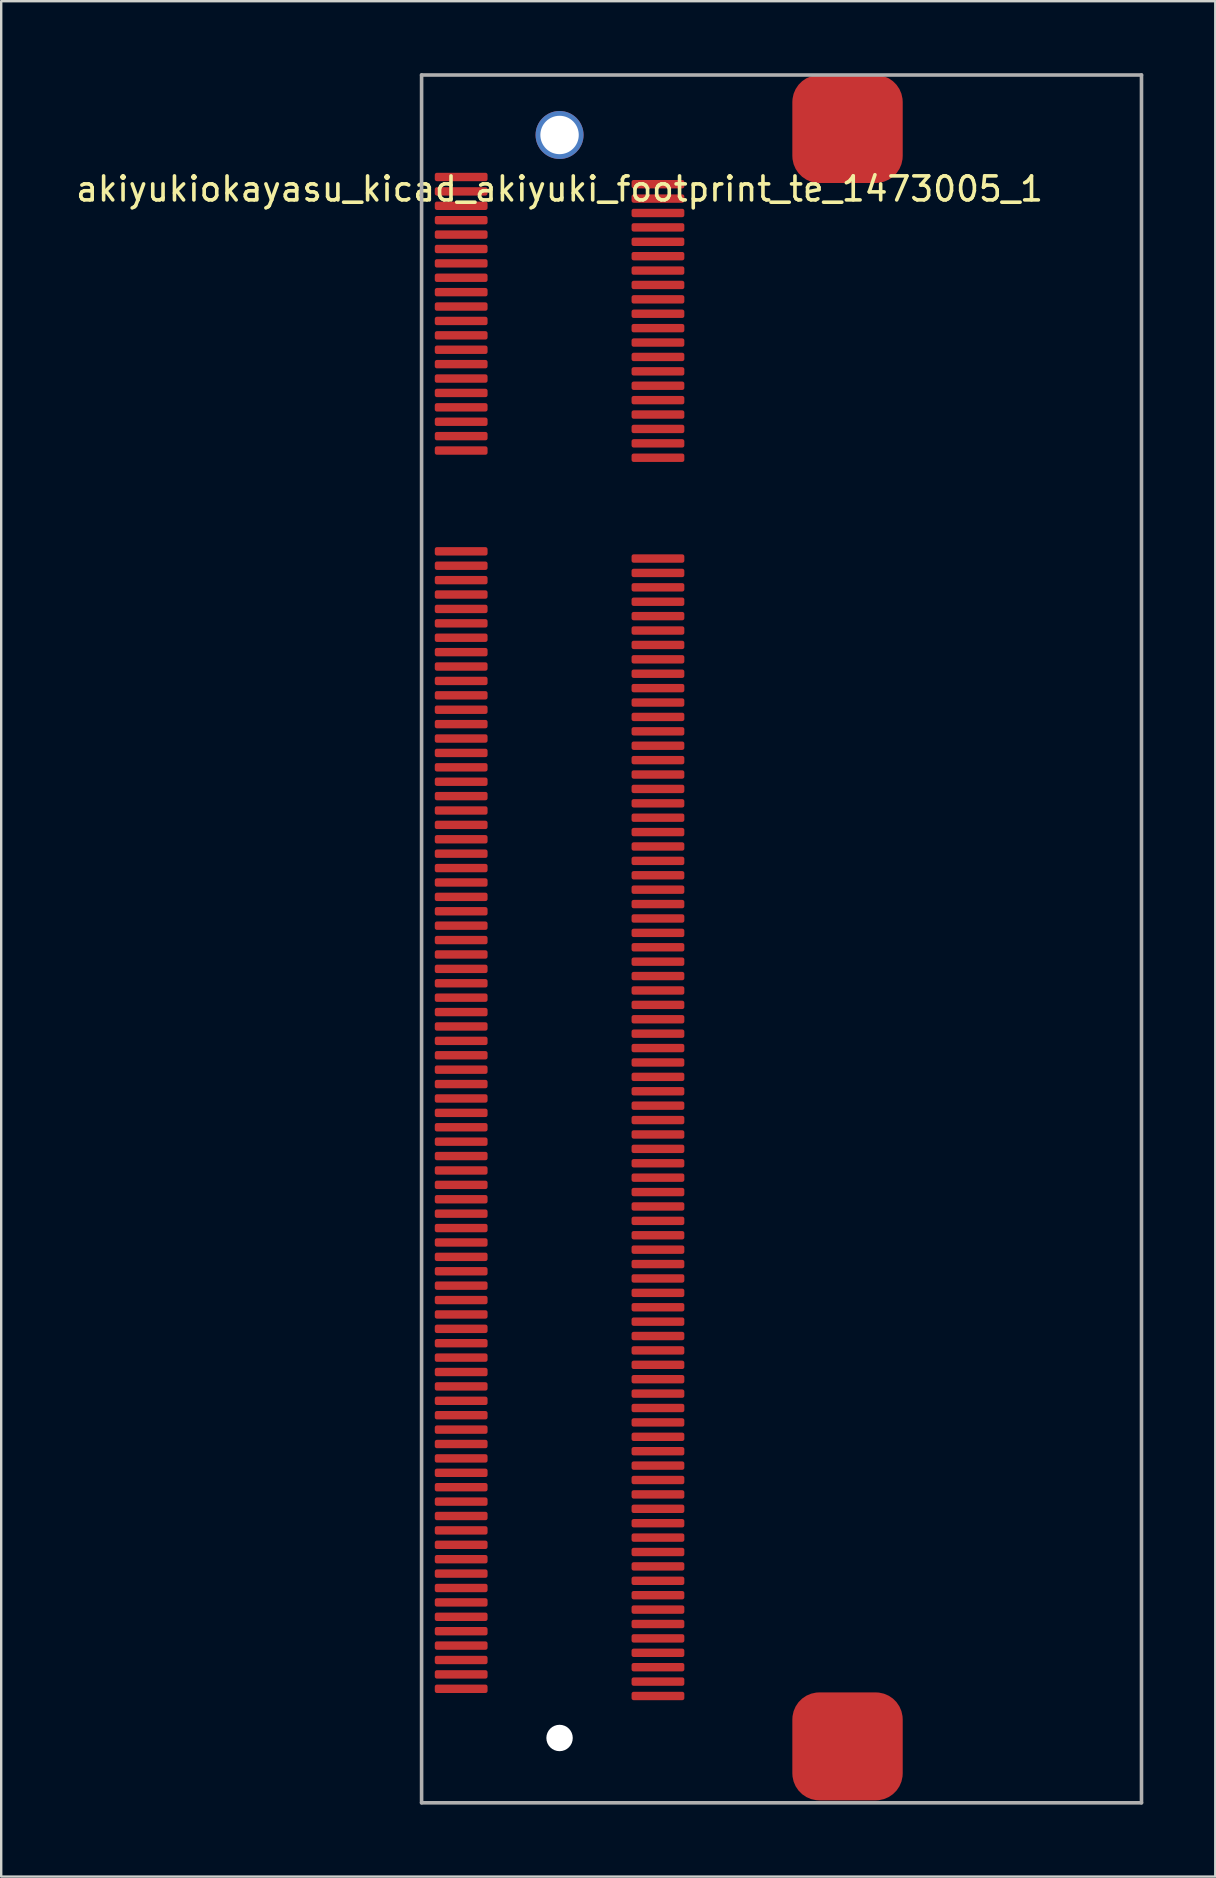
<source format=kicad_pcb>
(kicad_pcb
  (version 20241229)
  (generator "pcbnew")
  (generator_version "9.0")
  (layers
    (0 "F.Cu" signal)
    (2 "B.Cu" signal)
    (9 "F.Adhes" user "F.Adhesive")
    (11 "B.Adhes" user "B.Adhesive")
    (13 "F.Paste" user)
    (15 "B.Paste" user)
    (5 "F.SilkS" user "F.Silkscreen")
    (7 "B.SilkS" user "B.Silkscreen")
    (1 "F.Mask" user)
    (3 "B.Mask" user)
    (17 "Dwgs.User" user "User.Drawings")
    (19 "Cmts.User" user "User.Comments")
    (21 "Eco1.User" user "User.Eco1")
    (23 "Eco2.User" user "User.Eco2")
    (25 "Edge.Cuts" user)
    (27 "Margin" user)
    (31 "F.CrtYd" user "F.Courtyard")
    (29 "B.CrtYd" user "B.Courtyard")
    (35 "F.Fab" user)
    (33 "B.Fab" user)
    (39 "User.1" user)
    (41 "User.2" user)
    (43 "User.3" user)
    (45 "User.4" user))
  (footprint "akiyukiokayasu_kicad_akiyuki_footprint_te_1473005_1"
    (layer "F.Cu")
    (at 20.268 4.325)
    (property "Reference" "akiyukiokayasu_kicad_akiyuki_footprint_te_1473005_1" (at 0 0.5 0) (layer "F.SilkS") (effects (font (size 1 1) (thickness 0.15))))
    (attr through_hole)
    (fp_line (start -5.75 -4.25) (end 24.25 -4.25) (stroke (width 0.15) (type solid)) (layer "F.Fab"))
    (fp_line (start -5.75 67.75) (end -5.75 -4.25) (stroke (width 0.15) (type solid)) (layer "F.Fab"))
    (fp_line (start 24.25 -4.25) (end 24.25 67.75) (stroke (width 0.15) (type solid)) (layer "F.Fab"))
    (fp_line (start 24.25 67.75) (end -5.75 67.75) (stroke (width 0.15) (type solid)) (layer "F.Fab"))
    (pad "" np_thru_hole circle (at 0 -1.75) (size 2 2) (drill 1.6) (layers "*.Cu" "*.Mask"))
    (pad "" np_thru_hole circle (at 0 65.05) (size 1.1 1.1) (drill 1.1) (layers "*.Cu" "*.Mask"))
    (pad "" connect roundrect (at 12 -2) (size 4.6 4.5) (layers "F.Cu" "F.Mask") (roundrect_rratio 0.25))
    (pad "" connect roundrect (at 12 65.4) (size 4.6 4.5) (layers "F.Cu" "F.Mask") (roundrect_rratio 0.25))
    (pad "1" smd roundrect (at -4.1 0) (size 2.2 0.35) (layers "F.Cu" "F.Mask" "F.Paste") (roundrect_rratio 0.25))
    (pad "2" smd roundrect (at 4.1 0.3) (size 2.2 0.35) (layers "F.Cu" "F.Mask" "F.Paste") (roundrect_rratio 0.25))
    (pad "3" smd roundrect (at -4.1 0.6) (size 2.2 0.35) (layers "F.Cu" "F.Mask" "F.Paste") (roundrect_rratio 0.25))
    (pad "4" smd roundrect (at 4.1 0.9) (size 2.2 0.35) (layers "F.Cu" "F.Mask" "F.Paste") (roundrect_rratio 0.25))
    (pad "5" smd roundrect (at -4.1 1.2) (size 2.2 0.35) (layers "F.Cu" "F.Mask" "F.Paste") (roundrect_rratio 0.25))
    (pad "6" smd roundrect (at 4.1 1.5) (size 2.2 0.35) (layers "F.Cu" "F.Mask" "F.Paste") (roundrect_rratio 0.25))
    (pad "7" smd roundrect (at -4.1 1.8) (size 2.2 0.35) (layers "F.Cu" "F.Mask" "F.Paste") (roundrect_rratio 0.25))
    (pad "8" smd roundrect (at 4.1 2.1) (size 2.2 0.35) (layers "F.Cu" "F.Mask" "F.Paste") (roundrect_rratio 0.25))
    (pad "9" smd roundrect (at -4.1 2.4) (size 2.2 0.35) (layers "F.Cu" "F.Mask" "F.Paste") (roundrect_rratio 0.25))
    (pad "10" smd roundrect (at 4.1 2.7) (size 2.2 0.35) (layers "F.Cu" "F.Mask" "F.Paste") (roundrect_rratio 0.25))
    (pad "11" smd roundrect (at -4.1 3) (size 2.2 0.35) (layers "F.Cu" "F.Mask" "F.Paste") (roundrect_rratio 0.25))
    (pad "12" smd roundrect (at 4.1 3.3) (size 2.2 0.35) (layers "F.Cu" "F.Mask" "F.Paste") (roundrect_rratio 0.25))
    (pad "13" smd roundrect (at -4.1 3.6) (size 2.2 0.35) (layers "F.Cu" "F.Mask" "F.Paste") (roundrect_rratio 0.25))
    (pad "14" smd roundrect (at 4.1 3.9) (size 2.2 0.35) (layers "F.Cu" "F.Mask" "F.Paste") (roundrect_rratio 0.25))
    (pad "15" smd roundrect (at -4.1 4.2) (size 2.2 0.35) (layers "F.Cu" "F.Mask" "F.Paste") (roundrect_rratio 0.25))
    (pad "16" smd roundrect (at 4.1 4.5) (size 2.2 0.35) (layers "F.Cu" "F.Mask" "F.Paste") (roundrect_rratio 0.25))
    (pad "17" smd roundrect (at -4.1 4.8) (size 2.2 0.35) (layers "F.Cu" "F.Mask" "F.Paste") (roundrect_rratio 0.25))
    (pad "18" smd roundrect (at 4.1 5.1) (size 2.2 0.35) (layers "F.Cu" "F.Mask" "F.Paste") (roundrect_rratio 0.25))
    (pad "19" smd roundrect (at -4.1 5.4) (size 2.2 0.35) (layers "F.Cu" "F.Mask" "F.Paste") (roundrect_rratio 0.25))
    (pad "20" smd roundrect (at 4.1 5.7) (size 2.2 0.35) (layers "F.Cu" "F.Mask" "F.Paste") (roundrect_rratio 0.25))
    (pad "21" smd roundrect (at -4.1 6) (size 2.2 0.35) (layers "F.Cu" "F.Mask" "F.Paste") (roundrect_rratio 0.25))
    (pad "22" smd roundrect (at 4.1 6.3) (size 2.2 0.35) (layers "F.Cu" "F.Mask" "F.Paste") (roundrect_rratio 0.25))
    (pad "23" smd roundrect (at -4.1 6.6) (size 2.2 0.35) (layers "F.Cu" "F.Mask" "F.Paste") (roundrect_rratio 0.25))
    (pad "24" smd roundrect (at 4.1 6.9) (size 2.2 0.35) (layers "F.Cu" "F.Mask" "F.Paste") (roundrect_rratio 0.25))
    (pad "25" smd roundrect (at -4.1 7.2) (size 2.2 0.35) (layers "F.Cu" "F.Mask" "F.Paste") (roundrect_rratio 0.25))
    (pad "26" smd roundrect (at 4.1 7.5) (size 2.2 0.35) (layers "F.Cu" "F.Mask" "F.Paste") (roundrect_rratio 0.25))
    (pad "27" smd roundrect (at -4.1 7.8) (size 2.2 0.35) (layers "F.Cu" "F.Mask" "F.Paste") (roundrect_rratio 0.25))
    (pad "28" smd roundrect (at 4.1 8.1) (size 2.2 0.35) (layers "F.Cu" "F.Mask" "F.Paste") (roundrect_rratio 0.25))
    (pad "29" smd roundrect (at -4.1 8.4) (size 2.2 0.35) (layers "F.Cu" "F.Mask" "F.Paste") (roundrect_rratio 0.25))
    (pad "30" smd roundrect (at 4.1 8.7) (size 2.2 0.35) (layers "F.Cu" "F.Mask" "F.Paste") (roundrect_rratio 0.25))
    (pad "31" smd roundrect (at -4.1 9) (size 2.2 0.35) (layers "F.Cu" "F.Mask" "F.Paste") (roundrect_rratio 0.25))
    (pad "32" smd roundrect (at 4.1 9.3) (size 2.2 0.35) (layers "F.Cu" "F.Mask" "F.Paste") (roundrect_rratio 0.25))
    (pad "33" smd roundrect (at -4.1 9.6) (size 2.2 0.35) (layers "F.Cu" "F.Mask" "F.Paste") (roundrect_rratio 0.25))
    (pad "34" smd roundrect (at 4.1 9.9) (size 2.2 0.35) (layers "F.Cu" "F.Mask" "F.Paste") (roundrect_rratio 0.25))
    (pad "35" smd roundrect (at -4.1 10.2) (size 2.2 0.35) (layers "F.Cu" "F.Mask" "F.Paste") (roundrect_rratio 0.25))
    (pad "36" smd roundrect (at 4.1 10.5) (size 2.2 0.35) (layers "F.Cu" "F.Mask" "F.Paste") (roundrect_rratio 0.25))
    (pad "37" smd roundrect (at -4.1 10.8) (size 2.2 0.35) (layers "F.Cu" "F.Mask" "F.Paste") (roundrect_rratio 0.25))
    (pad "38" smd roundrect (at 4.1 11.1) (size 2.2 0.35) (layers "F.Cu" "F.Mask" "F.Paste") (roundrect_rratio 0.25))
    (pad "39" smd roundrect (at -4.1 11.4) (size 2.2 0.35) (layers "F.Cu" "F.Mask" "F.Paste") (roundrect_rratio 0.25))
    (pad "40" smd roundrect (at 4.1 11.7) (size 2.2 0.35) (layers "F.Cu" "F.Mask" "F.Paste") (roundrect_rratio 0.25))
    (pad "41" smd roundrect (at -4.1 15.6) (size 2.2 0.35) (layers "F.Cu" "F.Mask" "F.Paste") (roundrect_rratio 0.25))
    (pad "42" smd roundrect (at 4.1 15.9) (size 2.2 0.35) (layers "F.Cu" "F.Mask" "F.Paste") (roundrect_rratio 0.25))
    (pad "43" smd roundrect (at -4.1 16.2) (size 2.2 0.35) (layers "F.Cu" "F.Mask" "F.Paste") (roundrect_rratio 0.25))
    (pad "44" smd roundrect (at 4.1 16.5) (size 2.2 0.35) (layers "F.Cu" "F.Mask" "F.Paste") (roundrect_rratio 0.25))
    (pad "45" smd roundrect (at -4.1 16.8) (size 2.2 0.35) (layers "F.Cu" "F.Mask" "F.Paste") (roundrect_rratio 0.25))
    (pad "46" smd roundrect (at 4.1 17.1) (size 2.2 0.35) (layers "F.Cu" "F.Mask" "F.Paste") (roundrect_rratio 0.25))
    (pad "47" smd roundrect (at -4.1 17.4) (size 2.2 0.35) (layers "F.Cu" "F.Mask" "F.Paste") (roundrect_rratio 0.25))
    (pad "48" smd roundrect (at 4.1 17.7) (size 2.2 0.35) (layers "F.Cu" "F.Mask" "F.Paste") (roundrect_rratio 0.25))
    (pad "49" smd roundrect (at -4.1 18) (size 2.2 0.35) (layers "F.Cu" "F.Mask" "F.Paste") (roundrect_rratio 0.25))
    (pad "50" smd roundrect (at 4.1 18.3) (size 2.2 0.35) (layers "F.Cu" "F.Mask" "F.Paste") (roundrect_rratio 0.25))
    (pad "51" smd roundrect (at -4.1 18.6) (size 2.2 0.35) (layers "F.Cu" "F.Mask" "F.Paste") (roundrect_rratio 0.25))
    (pad "52" smd roundrect (at 4.1 18.9) (size 2.2 0.35) (layers "F.Cu" "F.Mask" "F.Paste") (roundrect_rratio 0.25))
    (pad "53" smd roundrect (at -4.1 19.2) (size 2.2 0.35) (layers "F.Cu" "F.Mask" "F.Paste") (roundrect_rratio 0.25))
    (pad "54" smd roundrect (at 4.1 19.5) (size 2.2 0.35) (layers "F.Cu" "F.Mask" "F.Paste") (roundrect_rratio 0.25))
    (pad "55" smd roundrect (at -4.1 19.8) (size 2.2 0.35) (layers "F.Cu" "F.Mask" "F.Paste") (roundrect_rratio 0.25))
    (pad "56" smd roundrect (at 4.1 20.1) (size 2.2 0.35) (layers "F.Cu" "F.Mask" "F.Paste") (roundrect_rratio 0.25))
    (pad "57" smd roundrect (at -4.1 20.4) (size 2.2 0.35) (layers "F.Cu" "F.Mask" "F.Paste") (roundrect_rratio 0.25))
    (pad "58" smd roundrect (at 4.1 20.7) (size 2.2 0.35) (layers "F.Cu" "F.Mask" "F.Paste") (roundrect_rratio 0.25))
    (pad "59" smd roundrect (at -4.1 21) (size 2.2 0.35) (layers "F.Cu" "F.Mask" "F.Paste") (roundrect_rratio 0.25))
    (pad "60" smd roundrect (at 4.1 21.3) (size 2.2 0.35) (layers "F.Cu" "F.Mask" "F.Paste") (roundrect_rratio 0.25))
    (pad "61" smd roundrect (at -4.1 21.6) (size 2.2 0.35) (layers "F.Cu" "F.Mask" "F.Paste") (roundrect_rratio 0.25))
    (pad "62" smd roundrect (at 4.1 21.9) (size 2.2 0.35) (layers "F.Cu" "F.Mask" "F.Paste") (roundrect_rratio 0.25))
    (pad "63" smd roundrect (at -4.1 22.2) (size 2.2 0.35) (layers "F.Cu" "F.Mask" "F.Paste") (roundrect_rratio 0.25))
    (pad "64" smd roundrect (at 4.1 22.5) (size 2.2 0.35) (layers "F.Cu" "F.Mask" "F.Paste") (roundrect_rratio 0.25))
    (pad "65" smd roundrect (at -4.1 22.8) (size 2.2 0.35) (layers "F.Cu" "F.Mask" "F.Paste") (roundrect_rratio 0.25))
    (pad "66" smd roundrect (at 4.1 23.1) (size 2.2 0.35) (layers "F.Cu" "F.Mask" "F.Paste") (roundrect_rratio 0.25))
    (pad "67" smd roundrect (at -4.1 23.4) (size 2.2 0.35) (layers "F.Cu" "F.Mask" "F.Paste") (roundrect_rratio 0.25))
    (pad "68" smd roundrect (at 4.1 23.7) (size 2.2 0.35) (layers "F.Cu" "F.Mask" "F.Paste") (roundrect_rratio 0.25))
    (pad "69" smd roundrect (at -4.1 24) (size 2.2 0.35) (layers "F.Cu" "F.Mask" "F.Paste") (roundrect_rratio 0.25))
    (pad "70" smd roundrect (at 4.1 24.3) (size 2.2 0.35) (layers "F.Cu" "F.Mask" "F.Paste") (roundrect_rratio 0.25))
    (pad "71" smd roundrect (at -4.1 24.6) (size 2.2 0.35) (layers "F.Cu" "F.Mask" "F.Paste") (roundrect_rratio 0.25))
    (pad "72" smd roundrect (at 4.1 24.9) (size 2.2 0.35) (layers "F.Cu" "F.Mask" "F.Paste") (roundrect_rratio 0.25))
    (pad "73" smd roundrect (at -4.1 25.2) (size 2.2 0.35) (layers "F.Cu" "F.Mask" "F.Paste") (roundrect_rratio 0.25))
    (pad "74" smd roundrect (at 4.1 25.5) (size 2.2 0.35) (layers "F.Cu" "F.Mask" "F.Paste") (roundrect_rratio 0.25))
    (pad "75" smd roundrect (at -4.1 25.8) (size 2.2 0.35) (layers "F.Cu" "F.Mask" "F.Paste") (roundrect_rratio 0.25))
    (pad "76" smd roundrect (at 4.1 26.1) (size 2.2 0.35) (layers "F.Cu" "F.Mask" "F.Paste") (roundrect_rratio 0.25))
    (pad "77" smd roundrect (at -4.1 26.4) (size 2.2 0.35) (layers "F.Cu" "F.Mask" "F.Paste") (roundrect_rratio 0.25))
    (pad "78" smd roundrect (at 4.1 26.7) (size 2.2 0.35) (layers "F.Cu" "F.Mask" "F.Paste") (roundrect_rratio 0.25))
    (pad "79" smd roundrect (at -4.1 27) (size 2.2 0.35) (layers "F.Cu" "F.Mask" "F.Paste") (roundrect_rratio 0.25))
    (pad "80" smd roundrect (at 4.1 27.3) (size 2.2 0.35) (layers "F.Cu" "F.Mask" "F.Paste") (roundrect_rratio 0.25))
    (pad "81" smd roundrect (at -4.1 27.6) (size 2.2 0.35) (layers "F.Cu" "F.Mask" "F.Paste") (roundrect_rratio 0.25))
    (pad "82" smd roundrect (at 4.1 27.9) (size 2.2 0.35) (layers "F.Cu" "F.Mask" "F.Paste") (roundrect_rratio 0.25))
    (pad "83" smd roundrect (at -4.1 28.2) (size 2.2 0.35) (layers "F.Cu" "F.Mask" "F.Paste") (roundrect_rratio 0.25))
    (pad "84" smd roundrect (at 4.1 28.5) (size 2.2 0.35) (layers "F.Cu" "F.Mask" "F.Paste") (roundrect_rratio 0.25))
    (pad "85" smd roundrect (at -4.1 28.8) (size 2.2 0.35) (layers "F.Cu" "F.Mask" "F.Paste") (roundrect_rratio 0.25))
    (pad "86" smd roundrect (at 4.1 29.1) (size 2.2 0.35) (layers "F.Cu" "F.Mask" "F.Paste") (roundrect_rratio 0.25))
    (pad "87" smd roundrect (at -4.1 29.4) (size 2.2 0.35) (layers "F.Cu" "F.Mask" "F.Paste") (roundrect_rratio 0.25))
    (pad "88" smd roundrect (at 4.1 29.7) (size 2.2 0.35) (layers "F.Cu" "F.Mask" "F.Paste") (roundrect_rratio 0.25))
    (pad "89" smd roundrect (at -4.1 30) (size 2.2 0.35) (layers "F.Cu" "F.Mask" "F.Paste") (roundrect_rratio 0.25))
    (pad "90" smd roundrect (at 4.1 30.3) (size 2.2 0.35) (layers "F.Cu" "F.Mask" "F.Paste") (roundrect_rratio 0.25))
    (pad "91" smd roundrect (at -4.1 30.6) (size 2.2 0.35) (layers "F.Cu" "F.Mask" "F.Paste") (roundrect_rratio 0.25))
    (pad "92" smd roundrect (at 4.1 30.9) (size 2.2 0.35) (layers "F.Cu" "F.Mask" "F.Paste") (roundrect_rratio 0.25))
    (pad "93" smd roundrect (at -4.1 31.2) (size 2.2 0.35) (layers "F.Cu" "F.Mask" "F.Paste") (roundrect_rratio 0.25))
    (pad "94" smd roundrect (at 4.1 31.5) (size 2.2 0.35) (layers "F.Cu" "F.Mask" "F.Paste") (roundrect_rratio 0.25))
    (pad "95" smd roundrect (at -4.1 31.8) (size 2.2 0.35) (layers "F.Cu" "F.Mask" "F.Paste") (roundrect_rratio 0.25))
    (pad "96" smd roundrect (at 4.1 32.1) (size 2.2 0.35) (layers "F.Cu" "F.Mask" "F.Paste") (roundrect_rratio 0.25))
    (pad "97" smd roundrect (at -4.1 32.4) (size 2.2 0.35) (layers "F.Cu" "F.Mask" "F.Paste") (roundrect_rratio 0.25))
    (pad "98" smd roundrect (at 4.1 32.7) (size 2.2 0.35) (layers "F.Cu" "F.Mask" "F.Paste") (roundrect_rratio 0.25))
    (pad "99" smd roundrect (at -4.1 33) (size 2.2 0.35) (layers "F.Cu" "F.Mask" "F.Paste") (roundrect_rratio 0.25))
    (pad "100" smd roundrect (at 4.1 33.3) (size 2.2 0.35) (layers "F.Cu" "F.Mask" "F.Paste") (roundrect_rratio 0.25))
    (pad "101" smd roundrect (at -4.1 33.6) (size 2.2 0.35) (layers "F.Cu" "F.Mask" "F.Paste") (roundrect_rratio 0.25))
    (pad "102" smd roundrect (at 4.1 33.9) (size 2.2 0.35) (layers "F.Cu" "F.Mask" "F.Paste") (roundrect_rratio 0.25))
    (pad "103" smd roundrect (at -4.1 34.2) (size 2.2 0.35) (layers "F.Cu" "F.Mask" "F.Paste") (roundrect_rratio 0.25))
    (pad "104" smd roundrect (at 4.1 34.5) (size 2.2 0.35) (layers "F.Cu" "F.Mask" "F.Paste") (roundrect_rratio 0.25))
    (pad "105" smd roundrect (at -4.1 34.8) (size 2.2 0.35) (layers "F.Cu" "F.Mask" "F.Paste") (roundrect_rratio 0.25))
    (pad "106" smd roundrect (at 4.1 35.1) (size 2.2 0.35) (layers "F.Cu" "F.Mask" "F.Paste") (roundrect_rratio 0.25))
    (pad "107" smd roundrect (at -4.1 35.4) (size 2.2 0.35) (layers "F.Cu" "F.Mask" "F.Paste") (roundrect_rratio 0.25))
    (pad "108" smd roundrect (at 4.1 35.7) (size 2.2 0.35) (layers "F.Cu" "F.Mask" "F.Paste") (roundrect_rratio 0.25))
    (pad "109" smd roundrect (at -4.1 36) (size 2.2 0.35) (layers "F.Cu" "F.Mask" "F.Paste") (roundrect_rratio 0.25))
    (pad "110" smd roundrect (at 4.1 36.3) (size 2.2 0.35) (layers "F.Cu" "F.Mask" "F.Paste") (roundrect_rratio 0.25))
    (pad "111" smd roundrect (at -4.1 36.6) (size 2.2 0.35) (layers "F.Cu" "F.Mask" "F.Paste") (roundrect_rratio 0.25))
    (pad "112" smd roundrect (at 4.1 36.9) (size 2.2 0.35) (layers "F.Cu" "F.Mask" "F.Paste") (roundrect_rratio 0.25))
    (pad "113" smd roundrect (at -4.1 37.2) (size 2.2 0.35) (layers "F.Cu" "F.Mask" "F.Paste") (roundrect_rratio 0.25))
    (pad "114" smd roundrect (at 4.1 37.5) (size 2.2 0.35) (layers "F.Cu" "F.Mask" "F.Paste") (roundrect_rratio 0.25))
    (pad "115" smd roundrect (at -4.1 37.8) (size 2.2 0.35) (layers "F.Cu" "F.Mask" "F.Paste") (roundrect_rratio 0.25))
    (pad "116" smd roundrect (at 4.1 38.1) (size 2.2 0.35) (layers "F.Cu" "F.Mask" "F.Paste") (roundrect_rratio 0.25))
    (pad "117" smd roundrect (at -4.1 38.4) (size 2.2 0.35) (layers "F.Cu" "F.Mask" "F.Paste") (roundrect_rratio 0.25))
    (pad "118" smd roundrect (at 4.1 38.7) (size 2.2 0.35) (layers "F.Cu" "F.Mask" "F.Paste") (roundrect_rratio 0.25))
    (pad "119" smd roundrect (at -4.1 39) (size 2.2 0.35) (layers "F.Cu" "F.Mask" "F.Paste") (roundrect_rratio 0.25))
    (pad "120" smd roundrect (at 4.1 39.3) (size 2.2 0.35) (layers "F.Cu" "F.Mask" "F.Paste") (roundrect_rratio 0.25))
    (pad "121" smd roundrect (at -4.1 39.6) (size 2.2 0.35) (layers "F.Cu" "F.Mask" "F.Paste") (roundrect_rratio 0.25))
    (pad "122" smd roundrect (at 4.1 39.9) (size 2.2 0.35) (layers "F.Cu" "F.Mask" "F.Paste") (roundrect_rratio 0.25))
    (pad "123" smd roundrect (at -4.1 40.2) (size 2.2 0.35) (layers "F.Cu" "F.Mask" "F.Paste") (roundrect_rratio 0.25))
    (pad "124" smd roundrect (at 4.1 40.5) (size 2.2 0.35) (layers "F.Cu" "F.Mask" "F.Paste") (roundrect_rratio 0.25))
    (pad "125" smd roundrect (at -4.1 40.8) (size 2.2 0.35) (layers "F.Cu" "F.Mask" "F.Paste") (roundrect_rratio 0.25))
    (pad "126" smd roundrect (at 4.1 41.1) (size 2.2 0.35) (layers "F.Cu" "F.Mask" "F.Paste") (roundrect_rratio 0.25))
    (pad "127" smd roundrect (at -4.1 41.4) (size 2.2 0.35) (layers "F.Cu" "F.Mask" "F.Paste") (roundrect_rratio 0.25))
    (pad "128" smd roundrect (at 4.1 41.7) (size 2.2 0.35) (layers "F.Cu" "F.Mask" "F.Paste") (roundrect_rratio 0.25))
    (pad "129" smd roundrect (at -4.1 42) (size 2.2 0.35) (layers "F.Cu" "F.Mask" "F.Paste") (roundrect_rratio 0.25))
    (pad "130" smd roundrect (at 4.1 42.3) (size 2.2 0.35) (layers "F.Cu" "F.Mask" "F.Paste") (roundrect_rratio 0.25))
    (pad "131" smd roundrect (at -4.1 42.6) (size 2.2 0.35) (layers "F.Cu" "F.Mask" "F.Paste") (roundrect_rratio 0.25))
    (pad "132" smd roundrect (at 4.1 42.9) (size 2.2 0.35) (layers "F.Cu" "F.Mask" "F.Paste") (roundrect_rratio 0.25))
    (pad "133" smd roundrect (at -4.1 43.2) (size 2.2 0.35) (layers "F.Cu" "F.Mask" "F.Paste") (roundrect_rratio 0.25))
    (pad "134" smd roundrect (at 4.1 43.5) (size 2.2 0.35) (layers "F.Cu" "F.Mask" "F.Paste") (roundrect_rratio 0.25))
    (pad "135" smd roundrect (at -4.1 43.8) (size 2.2 0.35) (layers "F.Cu" "F.Mask" "F.Paste") (roundrect_rratio 0.25))
    (pad "136" smd roundrect (at 4.1 44.1) (size 2.2 0.35) (layers "F.Cu" "F.Mask" "F.Paste") (roundrect_rratio 0.25))
    (pad "137" smd roundrect (at -4.1 44.4) (size 2.2 0.35) (layers "F.Cu" "F.Mask" "F.Paste") (roundrect_rratio 0.25))
    (pad "138" smd roundrect (at 4.1 44.7) (size 2.2 0.35) (layers "F.Cu" "F.Mask" "F.Paste") (roundrect_rratio 0.25))
    (pad "139" smd roundrect (at -4.1 45) (size 2.2 0.35) (layers "F.Cu" "F.Mask" "F.Paste") (roundrect_rratio 0.25))
    (pad "140" smd roundrect (at 4.1 45.3) (size 2.2 0.35) (layers "F.Cu" "F.Mask" "F.Paste") (roundrect_rratio 0.25))
    (pad "141" smd roundrect (at -4.1 45.6) (size 2.2 0.35) (layers "F.Cu" "F.Mask" "F.Paste") (roundrect_rratio 0.25))
    (pad "142" smd roundrect (at 4.1 45.9) (size 2.2 0.35) (layers "F.Cu" "F.Mask" "F.Paste") (roundrect_rratio 0.25))
    (pad "143" smd roundrect (at -4.1 46.2) (size 2.2 0.35) (layers "F.Cu" "F.Mask" "F.Paste") (roundrect_rratio 0.25))
    (pad "144" smd roundrect (at 4.1 46.5) (size 2.2 0.35) (layers "F.Cu" "F.Mask" "F.Paste") (roundrect_rratio 0.25))
    (pad "145" smd roundrect (at -4.1 46.8) (size 2.2 0.35) (layers "F.Cu" "F.Mask" "F.Paste") (roundrect_rratio 0.25))
    (pad "146" smd roundrect (at 4.1 47.1) (size 2.2 0.35) (layers "F.Cu" "F.Mask" "F.Paste") (roundrect_rratio 0.25))
    (pad "147" smd roundrect (at -4.1 47.4) (size 2.2 0.35) (layers "F.Cu" "F.Mask" "F.Paste") (roundrect_rratio 0.25))
    (pad "148" smd roundrect (at 4.1 47.7) (size 2.2 0.35) (layers "F.Cu" "F.Mask" "F.Paste") (roundrect_rratio 0.25))
    (pad "149" smd roundrect (at -4.1 48) (size 2.2 0.35) (layers "F.Cu" "F.Mask" "F.Paste") (roundrect_rratio 0.25))
    (pad "150" smd roundrect (at 4.1 48.3) (size 2.2 0.35) (layers "F.Cu" "F.Mask" "F.Paste") (roundrect_rratio 0.25))
    (pad "151" smd roundrect (at -4.1 48.6) (size 2.2 0.35) (layers "F.Cu" "F.Mask" "F.Paste") (roundrect_rratio 0.25))
    (pad "152" smd roundrect (at 4.1 48.9) (size 2.2 0.35) (layers "F.Cu" "F.Mask" "F.Paste") (roundrect_rratio 0.25))
    (pad "153" smd roundrect (at -4.1 49.2) (size 2.2 0.35) (layers "F.Cu" "F.Mask" "F.Paste") (roundrect_rratio 0.25))
    (pad "154" smd roundrect (at 4.1 49.5) (size 2.2 0.35) (layers "F.Cu" "F.Mask" "F.Paste") (roundrect_rratio 0.25))
    (pad "155" smd roundrect (at -4.1 49.8) (size 2.2 0.35) (layers "F.Cu" "F.Mask" "F.Paste") (roundrect_rratio 0.25))
    (pad "156" smd roundrect (at 4.1 50.1) (size 2.2 0.35) (layers "F.Cu" "F.Mask" "F.Paste") (roundrect_rratio 0.25))
    (pad "157" smd roundrect (at -4.1 50.4) (size 2.2 0.35) (layers "F.Cu" "F.Mask" "F.Paste") (roundrect_rratio 0.25))
    (pad "158" smd roundrect (at 4.1 50.7) (size 2.2 0.35) (layers "F.Cu" "F.Mask" "F.Paste") (roundrect_rratio 0.25))
    (pad "159" smd roundrect (at -4.1 51) (size 2.2 0.35) (layers "F.Cu" "F.Mask" "F.Paste") (roundrect_rratio 0.25))
    (pad "160" smd roundrect (at 4.1 51.3) (size 2.2 0.35) (layers "F.Cu" "F.Mask" "F.Paste") (roundrect_rratio 0.25))
    (pad "161" smd roundrect (at -4.1 51.6) (size 2.2 0.35) (layers "F.Cu" "F.Mask" "F.Paste") (roundrect_rratio 0.25))
    (pad "162" smd roundrect (at 4.1 51.9) (size 2.2 0.35) (layers "F.Cu" "F.Mask" "F.Paste") (roundrect_rratio 0.25))
    (pad "163" smd roundrect (at -4.1 52.2) (size 2.2 0.35) (layers "F.Cu" "F.Mask" "F.Paste") (roundrect_rratio 0.25))
    (pad "164" smd roundrect (at 4.1 52.5) (size 2.2 0.35) (layers "F.Cu" "F.Mask" "F.Paste") (roundrect_rratio 0.25))
    (pad "165" smd roundrect (at -4.1 52.8) (size 2.2 0.35) (layers "F.Cu" "F.Mask" "F.Paste") (roundrect_rratio 0.25))
    (pad "166" smd roundrect (at 4.1 53.1) (size 2.2 0.35) (layers "F.Cu" "F.Mask" "F.Paste") (roundrect_rratio 0.25))
    (pad "167" smd roundrect (at -4.1 53.4) (size 2.2 0.35) (layers "F.Cu" "F.Mask" "F.Paste") (roundrect_rratio 0.25))
    (pad "168" smd roundrect (at 4.1 53.7) (size 2.2 0.35) (layers "F.Cu" "F.Mask" "F.Paste") (roundrect_rratio 0.25))
    (pad "169" smd roundrect (at -4.1 54) (size 2.2 0.35) (layers "F.Cu" "F.Mask" "F.Paste") (roundrect_rratio 0.25))
    (pad "170" smd roundrect (at 4.1 54.3) (size 2.2 0.35) (layers "F.Cu" "F.Mask" "F.Paste") (roundrect_rratio 0.25))
    (pad "171" smd roundrect (at -4.1 54.6) (size 2.2 0.35) (layers "F.Cu" "F.Mask" "F.Paste") (roundrect_rratio 0.25))
    (pad "172" smd roundrect (at 4.1 54.9) (size 2.2 0.35) (layers "F.Cu" "F.Mask" "F.Paste") (roundrect_rratio 0.25))
    (pad "173" smd roundrect (at -4.1 55.2) (size 2.2 0.35) (layers "F.Cu" "F.Mask" "F.Paste") (roundrect_rratio 0.25))
    (pad "174" smd roundrect (at 4.1 55.5) (size 2.2 0.35) (layers "F.Cu" "F.Mask" "F.Paste") (roundrect_rratio 0.25))
    (pad "175" smd roundrect (at -4.1 55.8) (size 2.2 0.35) (layers "F.Cu" "F.Mask" "F.Paste") (roundrect_rratio 0.25))
    (pad "176" smd roundrect (at 4.1 56.1) (size 2.2 0.35) (layers "F.Cu" "F.Mask" "F.Paste") (roundrect_rratio 0.25))
    (pad "177" smd roundrect (at -4.1 56.4) (size 2.2 0.35) (layers "F.Cu" "F.Mask" "F.Paste") (roundrect_rratio 0.25))
    (pad "178" smd roundrect (at 4.1 56.7) (size 2.2 0.35) (layers "F.Cu" "F.Mask" "F.Paste") (roundrect_rratio 0.25))
    (pad "179" smd roundrect (at -4.1 57) (size 2.2 0.35) (layers "F.Cu" "F.Mask" "F.Paste") (roundrect_rratio 0.25))
    (pad "180" smd roundrect (at 4.1 57.3) (size 2.2 0.35) (layers "F.Cu" "F.Mask" "F.Paste") (roundrect_rratio 0.25))
    (pad "181" smd roundrect (at -4.1 57.6) (size 2.2 0.35) (layers "F.Cu" "F.Mask" "F.Paste") (roundrect_rratio 0.25))
    (pad "182" smd roundrect (at 4.1 57.9) (size 2.2 0.35) (layers "F.Cu" "F.Mask" "F.Paste") (roundrect_rratio 0.25))
    (pad "183" smd roundrect (at -4.1 58.2) (size 2.2 0.35) (layers "F.Cu" "F.Mask" "F.Paste") (roundrect_rratio 0.25))
    (pad "184" smd roundrect (at 4.1 58.5) (size 2.2 0.35) (layers "F.Cu" "F.Mask" "F.Paste") (roundrect_rratio 0.25))
    (pad "185" smd roundrect (at -4.1 58.8) (size 2.2 0.35) (layers "F.Cu" "F.Mask" "F.Paste") (roundrect_rratio 0.25))
    (pad "186" smd roundrect (at 4.1 59.1) (size 2.2 0.35) (layers "F.Cu" "F.Mask" "F.Paste") (roundrect_rratio 0.25))
    (pad "187" smd roundrect (at -4.1 59.4) (size 2.2 0.35) (layers "F.Cu" "F.Mask" "F.Paste") (roundrect_rratio 0.25))
    (pad "188" smd roundrect (at 4.1 59.7) (size 2.2 0.35) (layers "F.Cu" "F.Mask" "F.Paste") (roundrect_rratio 0.25))
    (pad "189" smd roundrect (at -4.1 60) (size 2.2 0.35) (layers "F.Cu" "F.Mask" "F.Paste") (roundrect_rratio 0.25))
    (pad "190" smd roundrect (at 4.1 60.3) (size 2.2 0.35) (layers "F.Cu" "F.Mask" "F.Paste") (roundrect_rratio 0.25))
    (pad "191" smd roundrect (at -4.1 60.6) (size 2.2 0.35) (layers "F.Cu" "F.Mask" "F.Paste") (roundrect_rratio 0.25))
    (pad "192" smd roundrect (at 4.1 60.9) (size 2.2 0.35) (layers "F.Cu" "F.Mask" "F.Paste") (roundrect_rratio 0.25))
    (pad "193" smd roundrect (at -4.1 61.2) (size 2.2 0.35) (layers "F.Cu" "F.Mask" "F.Paste") (roundrect_rratio 0.25))
    (pad "194" smd roundrect (at 4.1 61.5) (size 2.2 0.35) (layers "F.Cu" "F.Mask" "F.Paste") (roundrect_rratio 0.25))
    (pad "195" smd roundrect (at -4.1 61.8) (size 2.2 0.35) (layers "F.Cu" "F.Mask" "F.Paste") (roundrect_rratio 0.25))
    (pad "196" smd roundrect (at 4.1 62.1) (size 2.2 0.35) (layers "F.Cu" "F.Mask" "F.Paste") (roundrect_rratio 0.25))
    (pad "197" smd roundrect (at -4.1 62.4) (size 2.2 0.35) (layers "F.Cu" "F.Mask" "F.Paste") (roundrect_rratio 0.25))
    (pad "198" smd roundrect (at 4.1 62.7) (size 2.2 0.35) (layers "F.Cu" "F.Mask" "F.Paste") (roundrect_rratio 0.25))
    (pad "199" smd roundrect (at -4.1 63) (size 2.2 0.35) (layers "F.Cu" "F.Mask" "F.Paste") (roundrect_rratio 0.25))
    (pad "200" smd roundrect (at 4.1 63.3) (size 2.2 0.35) (layers "F.Cu" "F.Mask" "F.Paste") (roundrect_rratio 0.25)))
  (gr_rect
    (start -3 -3)
    (end 47.593 75.15)
    (stroke (width 0.1) (type default))
    (fill no)
    (layer "Edge.Cuts")))
</source>
